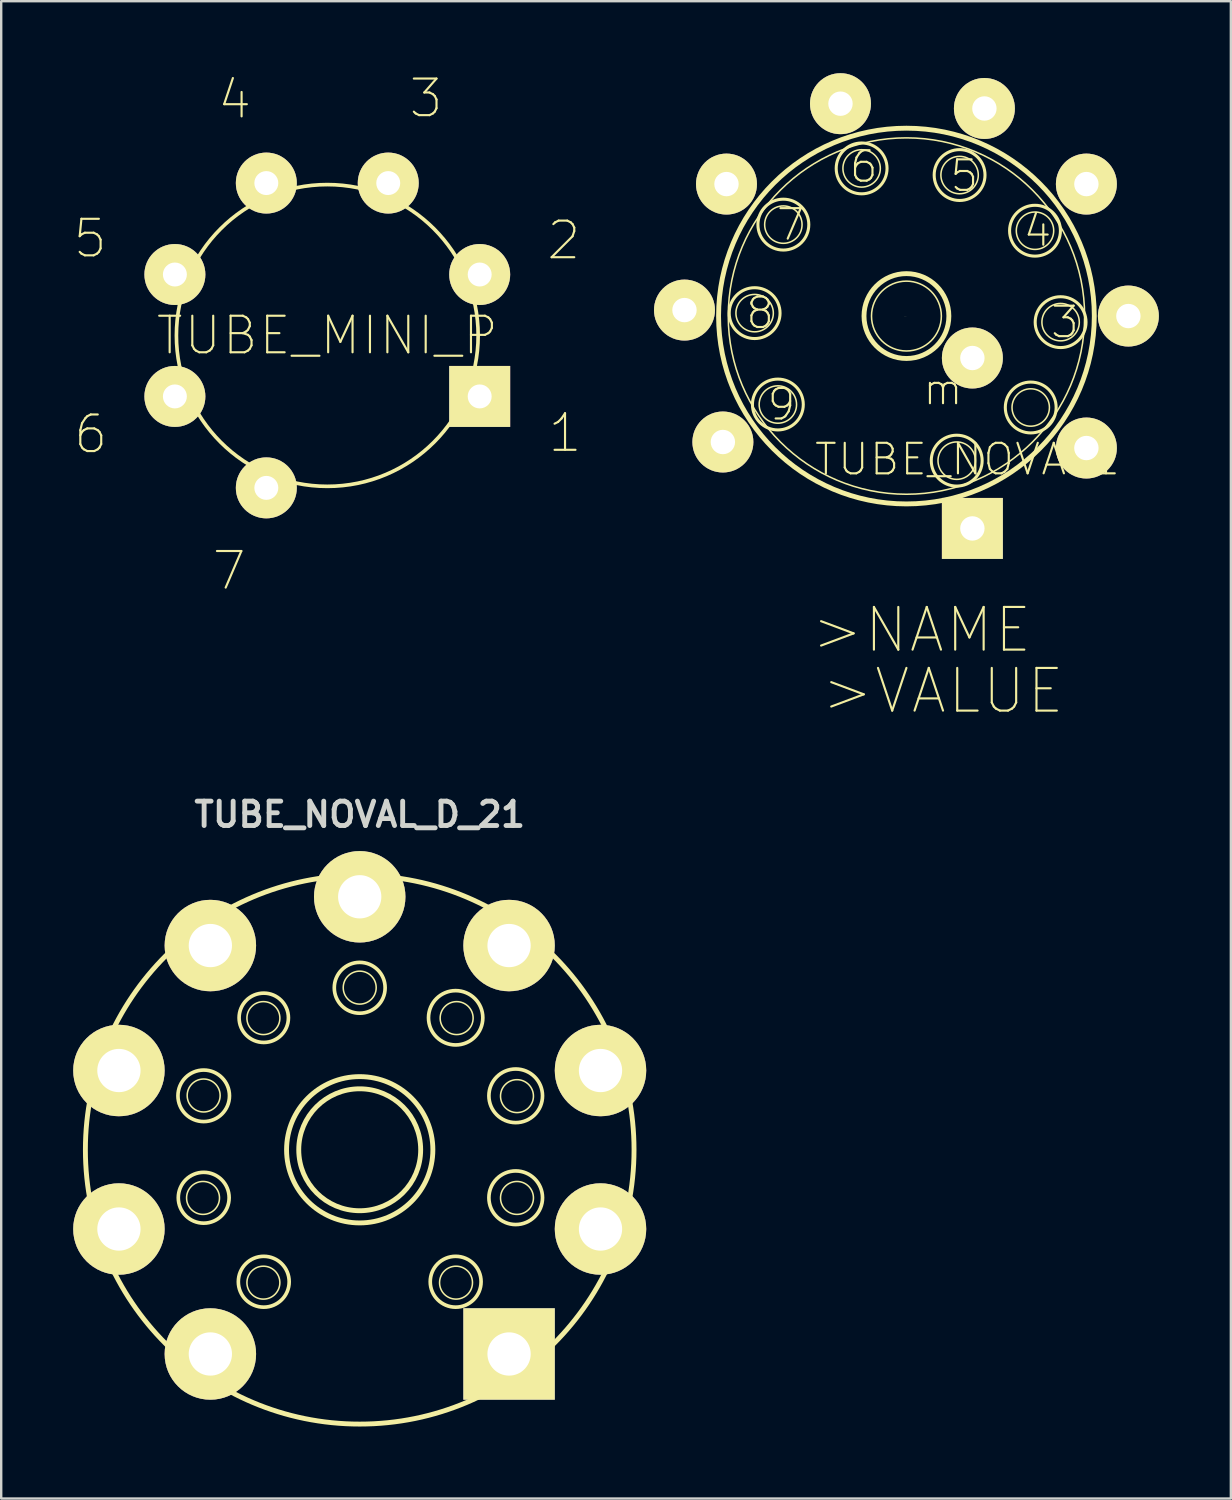
<source format=kicad_pcb>
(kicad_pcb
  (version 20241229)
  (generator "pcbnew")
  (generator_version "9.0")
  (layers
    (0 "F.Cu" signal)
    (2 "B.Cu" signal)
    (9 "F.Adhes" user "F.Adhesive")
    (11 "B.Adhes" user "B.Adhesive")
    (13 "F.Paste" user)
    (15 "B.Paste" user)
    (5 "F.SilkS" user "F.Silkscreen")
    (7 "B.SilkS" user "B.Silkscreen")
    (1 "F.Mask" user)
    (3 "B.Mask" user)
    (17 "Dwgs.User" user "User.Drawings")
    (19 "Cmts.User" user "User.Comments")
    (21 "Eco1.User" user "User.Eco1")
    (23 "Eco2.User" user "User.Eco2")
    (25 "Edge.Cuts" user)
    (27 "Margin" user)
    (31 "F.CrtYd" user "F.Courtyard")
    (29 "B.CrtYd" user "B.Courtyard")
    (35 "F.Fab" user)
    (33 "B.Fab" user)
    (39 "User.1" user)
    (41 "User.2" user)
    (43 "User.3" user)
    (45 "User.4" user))
  (footprint "TUBE_NOVAL1"
    (layer "F.Cu")
    (at 34.718 10.119)
    (property "Reference" "TUBE_NOVAL1" (at 2.54 5.969 0) (layer "F.SilkS") (effects (font (size 1.27 1.27) (thickness 0.089))))
    (attr exclude_from_pos_files exclude_from_bom)
    (fp_line (start 0 0) (end -0.099 0) (stroke (width 0.003) (type solid)) (layer "F.SilkS"))
    (fp_circle (center -6.325 -0.122) (end -7.074 -0.871) (stroke (width 0.127) (type solid)) (fill no) (layer "F.SilkS"))
    (fp_circle (center -6.325 -0.122) (end -6.876 -0.673) (stroke (width 0.064) (type solid)) (fill no) (layer "F.SilkS"))
    (fp_circle (center -5.357 3.686) (end -6.106 4.435) (stroke (width 0.127) (type solid)) (fill no) (layer "F.SilkS"))
    (fp_circle (center -5.357 3.686) (end -5.908 4.237) (stroke (width 0.064) (type solid)) (fill no) (layer "F.SilkS"))
    (fp_circle (center -5.128 -3.81) (end -5.878 -4.559) (stroke (width 0.127) (type solid)) (fill no) (layer "F.SilkS"))
    (fp_circle (center -5.128 -3.81) (end -5.679 -4.361) (stroke (width 0.064) (type solid)) (fill no) (layer "F.SilkS"))
    (fp_circle (center -1.867 -6.152) (end -2.616 -6.901) (stroke (width 0.127) (type solid)) (fill no) (layer "F.SilkS"))
    (fp_circle (center -1.867 -6.152) (end -2.418 -6.703) (stroke (width 0.064) (type solid)) (fill no) (layer "F.SilkS"))
    (fp_circle (center 0 0) (end -5.535 5.535) (stroke (width 0.203) (type solid)) (fill no) (layer "F.SilkS"))
    (fp_circle (center 0 0) (end -5.25 5.25) (stroke (width 0.064) (type solid)) (fill no) (layer "F.SilkS"))
    (fp_circle (center 0 0) (end -1.25 1.25) (stroke (width 0.203) (type solid)) (fill no) (layer "F.SilkS"))
    (fp_circle (center 0 0) (end -1.029 1.029) (stroke (width 0.064) (type solid)) (fill no) (layer "F.SilkS"))
    (fp_circle (center 2.095 6.025) (end 2.647 6.576) (stroke (width 0.064) (type solid)) (fill no) (layer "F.SilkS"))
    (fp_circle (center 2.095 6.025) (end 2.845 6.774) (stroke (width 0.127) (type solid)) (fill no) (layer "F.SilkS"))
    (fp_circle (center 2.215 -5.875) (end 2.766 -6.426) (stroke (width 0.064) (type solid)) (fill no) (layer "F.SilkS"))
    (fp_circle (center 2.215 -5.875) (end 2.964 -6.624) (stroke (width 0.127) (type solid)) (fill no) (layer "F.SilkS"))
    (fp_circle (center 5.179 3.81) (end 5.73 4.361) (stroke (width 0.064) (type solid)) (fill no) (layer "F.SilkS"))
    (fp_circle (center 5.179 3.81) (end 5.928 4.559) (stroke (width 0.127) (type solid)) (fill no) (layer "F.SilkS"))
    (fp_circle (center 5.357 -3.556) (end 5.908 -4.107) (stroke (width 0.064) (type solid)) (fill no) (layer "F.SilkS"))
    (fp_circle (center 5.357 -3.556) (end 6.106 -4.305) (stroke (width 0.127) (type solid)) (fill no) (layer "F.SilkS"))
    (fp_circle (center 6.424 0.254) (end 6.975 0.805) (stroke (width 0.064) (type solid)) (fill no) (layer "F.SilkS"))
    (fp_circle (center 6.424 0.254) (end 7.173 1.003) (stroke (width 0.127) (type solid)) (fill no) (layer "F.SilkS"))
    (fp_text user "3" (at 6.604 0.254 0) (layer "F.SilkS") (effects (font (size 1.27 1.27) (thickness 0.089))))
    (fp_text user "9" (at -5.207 3.683 0) (layer "F.SilkS") (effects (font (size 1.27 1.27) (thickness 0.089))))
    (fp_text user "5" (at 2.413 -5.842 0) (layer "F.SilkS") (effects (font (size 1.27 1.27) (thickness 0.089))))
    (fp_text user "m" (at 1.524 3.048 0) (layer "F.SilkS") (effects (font (size 1.27 1.27) (thickness 0.089))))
    (fp_text user "4" (at 5.461 -3.556 0) (layer "F.SilkS") (effects (font (size 1.27 1.27) (thickness 0.089))))
    (fp_text user "8" (at -6.096 -0.127 0) (layer "F.SilkS") (effects (font (size 1.27 1.27) (thickness 0.089))))
    (fp_text user ">NAME" (at 0.635 13.081 0) (layer "F.SilkS") (effects (font (size 1.778 1.778) (thickness 0.089))))
    (fp_text user "7" (at -4.826 -3.81 0) (layer "F.SilkS") (effects (font (size 1.27 1.27) (thickness 0.089))))
    (fp_text user "6" (at -1.778 -6.223 0) (layer "F.SilkS") (effects (font (size 1.27 1.27) (thickness 0.089))))
    (fp_text user ">VALUE" (at 1.524 15.621 0) (layer "F.SilkS") (effects (font (size 1.778 1.778) (thickness 0.089))))
    (pad "1" thru_hole rect (at 2.748 8.849) (size 2.54 2.54) (drill 1.016) (layers "*.Cu" "F.Mask" "F.SilkS" "F.Paste"))
    (pad "2" thru_hole circle (at 7.498 5.499) (size 2.54 2.54) (drill 1.016) (layers "*.Cu" "F.Mask" "F.SilkS" "F.Paste"))
    (pad "3" thru_hole circle (at 9.248 0) (size 2.54 2.54) (drill 1.016) (layers "*.Cu" "F.Mask" "F.SilkS" "F.Paste"))
    (pad "4" thru_hole circle (at 7.498 -5.499) (size 2.54 2.54) (drill 1.016) (layers "*.Cu" "F.Mask" "F.SilkS" "F.Paste"))
    (pad "5" thru_hole circle (at 3.249 -8.649) (size 2.54 2.54) (drill 1.016) (layers "*.Cu" "F.Mask" "F.SilkS" "F.Paste"))
    (pad "6" thru_hole circle (at -2.748 -8.849) (size 2.54 2.54) (drill 1.016) (layers "*.Cu" "F.Mask" "F.SilkS" "F.Paste"))
    (pad "7" thru_hole circle (at -7.498 -5.499) (size 2.54 2.54) (drill 1.016) (layers "*.Cu" "F.Mask" "F.SilkS" "F.Paste"))
    (pad "8" thru_hole circle (at -9.248 -0.249) (size 2.54 2.54) (drill 1.016) (layers "*.Cu" "F.Mask" "F.SilkS" "F.Paste"))
    (pad "9" thru_hole circle (at -7.648 5.248) (size 2.54 2.54) (drill 1.016) (layers "*.Cu" "F.Mask" "F.SilkS" "F.Paste"))
    (pad "M" thru_hole circle (at 2.748 1.748) (size 2.54 2.54) (drill 1.016) (layers "*.Cu" "F.Mask" "F.SilkS" "F.Paste")))
  (footprint "TUBE_NOVAL_D_21"
    (layer "F.Cu")
    (at 11.938 44.857)
    (property "Reference" "TUBE_NOVAL_D_21" (at 0 -13.97 0) (layer "Edge.Cuts") (effects (font (size 1.016 1.016) (thickness 0.203))))
    (attr exclude_from_pos_files exclude_from_bom)
    (fp_circle (center -6.528 2.007) (end -7.013 2.492) (stroke (width 0.064) (type solid)) (fill no) (layer "F.SilkS"))
    (fp_circle (center -6.502 -2.261) (end -6.988 -2.746) (stroke (width 0.064) (type solid)) (fill no) (layer "F.SilkS"))
    (fp_circle (center -6.5 -2.248) (end -7.259 -3.007) (stroke (width 0.152) (type solid)) (fill no) (layer "F.SilkS"))
    (fp_circle (center -6.5 1.999) (end -7.249 2.748) (stroke (width 0.152) (type solid)) (fill no) (layer "F.SilkS"))
    (fp_circle (center -4.013 -5.486) (end -4.498 -5.972) (stroke (width 0.064) (type solid)) (fill no) (layer "F.SilkS"))
    (fp_circle (center -4.013 5.537) (end -4.498 6.022) (stroke (width 0.064) (type solid)) (fill no) (layer "F.SilkS"))
    (fp_circle (center -3.998 -5.499) (end -4.724 -6.226) (stroke (width 0.152) (type solid)) (fill no) (layer "F.SilkS"))
    (fp_circle (center -3.998 5.499) (end -4.747 6.248) (stroke (width 0.152) (type solid)) (fill no) (layer "F.SilkS"))
    (fp_circle (center 0 -6.756) (end -0.485 -7.242) (stroke (width 0.064) (type solid)) (fill no) (layer "F.SilkS"))
    (fp_circle (center 0 -6.749) (end -0.749 -7.498) (stroke (width 0.152) (type solid)) (fill no) (layer "F.SilkS"))
    (fp_circle (center 0 0) (end -11.43 0) (stroke (width 0.203) (type solid)) (fill no) (layer "F.SilkS"))
    (fp_circle (center 0 0) (end 2.54 0) (stroke (width 0.203) (type solid)) (fill no) (layer "F.SilkS"))
    (fp_circle (center 0 0) (end 3.048 0) (stroke (width 0.203) (type solid)) (fill no) (layer "F.SilkS"))
    (fp_circle (center 3.998 -5.499) (end 4.798 -6.299) (stroke (width 0.152) (type solid)) (fill no) (layer "F.SilkS"))
    (fp_circle (center 3.998 5.499) (end 4.747 6.248) (stroke (width 0.152) (type solid)) (fill no) (layer "F.SilkS"))
    (fp_circle (center 4.013 5.537) (end 4.498 6.022) (stroke (width 0.064) (type solid)) (fill no) (layer "F.SilkS"))
    (fp_circle (center 4.039 -5.486) (end 4.524 -5.972) (stroke (width 0.064) (type solid)) (fill no) (layer "F.SilkS"))
    (fp_circle (center 6.5 -2.248) (end 7.29 -3.038) (stroke (width 0.152) (type solid)) (fill no) (layer "F.SilkS"))
    (fp_circle (center 6.5 1.999) (end 7.29 2.789) (stroke (width 0.152) (type solid)) (fill no) (layer "F.SilkS"))
    (fp_circle (center 6.553 -2.235) (end 7.038 -2.72) (stroke (width 0.064) (type solid)) (fill no) (layer "F.SilkS"))
    (fp_circle (center 6.553 2.007) (end 7.038 2.492) (stroke (width 0.064) (type solid)) (fill no) (layer "F.SilkS"))
    (fp_text user "7" (at -3.912 -1.346 0) (layer "Edge.Cuts") (effects (font (size 1.016 1.016) (thickness 0.203))))
    (fp_text user "5" (at 0.203 -4.216 0) (layer "Edge.Cuts") (effects (font (size 1.016 1.016) (thickness 0.203))))
    (fp_text user "9" (at -2.159 3.579 0) (layer "Edge.Cuts") (effects (font (size 1.016 1.016) (thickness 0.203))))
    (fp_text user "3" (at 4.242 -1.372 0) (layer "Edge.Cuts") (effects (font (size 1.016 1.016) (thickness 0.203))))
    (fp_text user "6" (at -2.337 -3.505 0) (layer "Edge.Cuts") (effects (font (size 1.016 1.016) (thickness 0.203))))
    (fp_text user "4" (at 2.464 -3.556 0) (layer "Edge.Cuts") (effects (font (size 1.016 1.016) (thickness 0.203))))
    (fp_text user "1" (at 2.565 3.604 0) (layer "Edge.Cuts") (effects (font (size 1.016 1.016) (thickness 0.203))))
    (fp_text user "8" (at -3.962 1.118 0) (layer "Edge.Cuts") (effects (font (size 1.016 1.016) (thickness 0.203))))
    (fp_text user "2" (at 4.064 1.143 0) (layer "Edge.Cuts") (effects (font (size 1.016 1.016) (thickness 0.203))))
    (pad "1" thru_hole rect (at 6.223 8.509) (size 3.81 3.81) (drill 1.803) (layers "*.Cu" "F.Mask" "F.SilkS" "F.Paste"))
    (pad "2" thru_hole circle (at 10.033 3.302) (size 3.81 3.81) (drill 1.803) (layers "*.Cu" "F.Mask" "F.SilkS" "F.Paste"))
    (pad "3" thru_hole circle (at 10.033 -3.302) (size 3.81 3.81) (drill 1.803) (layers "*.Cu" "F.Mask" "F.SilkS" "F.Paste"))
    (pad "4" thru_hole circle (at 6.223 -8.509) (size 3.81 3.81) (drill 1.803) (layers "*.Cu" "F.Mask" "F.SilkS" "F.Paste"))
    (pad "5" thru_hole circle (at 0 -10.541) (size 3.81 3.81) (drill 1.803) (layers "*.Cu" "F.Mask" "F.SilkS" "F.Paste"))
    (pad "6" thru_hole circle (at -6.223 -8.509) (size 3.81 3.81) (drill 1.803) (layers "*.Cu" "F.Mask" "F.SilkS" "F.Paste"))
    (pad "7" thru_hole circle (at -10.033 -3.302) (size 3.81 3.81) (drill 1.803) (layers "*.Cu" "F.Mask" "F.SilkS" "F.Paste"))
    (pad "8" thru_hole circle (at -10.033 3.302) (size 3.81 3.81) (drill 1.803) (layers "*.Cu" "F.Mask" "F.SilkS" "F.Paste"))
    (pad "9" thru_hole circle (at -6.223 8.509) (size 3.81 3.81) (drill 1.803) (layers "*.Cu" "F.Mask" "F.SilkS" "F.Paste")))
  (footprint "TUBE_MINI_P"
    (layer "F.Cu")
    (at 10.587 10.928)
    (property "Reference" "TUBE_MINI_P" (at 0 0 0) (layer "F.SilkS") (effects (font (size 1.524 1.524) (thickness 0.089))))
    (attr exclude_from_pos_files exclude_from_bom)
    (fp_circle (center 0 0) (end -4.445 4.445) (stroke (width 0.152) (type solid)) (fill no) (layer "F.SilkS"))
    (fp_text user "2" (at 9.855 -3.962 0) (layer "F.SilkS") (effects (font (size 1.524 1.524) (thickness 0.089))))
    (fp_text user "4" (at -3.861 -9.83 0) (layer "F.SilkS") (effects (font (size 1.524 1.524) (thickness 0.089))))
    (fp_text user "6" (at -9.855 4.115 0) (layer "F.SilkS") (effects (font (size 1.524 1.524) (thickness 0.089))))
    (fp_text user "3" (at 4.115 -9.881 0) (layer "F.SilkS") (effects (font (size 1.524 1.524) (thickness 0.089))))
    (fp_text user "5" (at -9.881 -4.039 0) (layer "F.SilkS") (effects (font (size 1.524 1.524) (thickness 0.089))))
    (fp_text user "1" (at 9.906 4.064 0) (layer "F.SilkS") (effects (font (size 1.524 1.524) (thickness 0.089))))
    (fp_text user "7" (at -4.089 9.804 0) (layer "F.SilkS") (effects (font (size 1.524 1.524) (thickness 0.089))))
    (pad "1" thru_hole rect (at 6.35 2.54) (size 2.54 2.54) (drill 0.998) (layers "*.Cu" "F.Mask" "F.SilkS" "F.Paste"))
    (pad "2" thru_hole circle (at 6.35 -2.54) (size 2.54 2.54) (drill 0.998) (layers "*.Cu" "F.Mask" "F.SilkS" "F.Paste"))
    (pad "3" thru_hole circle (at 2.54 -6.35) (size 2.54 2.54) (drill 0.998) (layers "*.Cu" "F.Mask" "F.SilkS" "F.Paste"))
    (pad "4" thru_hole circle (at -2.54 -6.35) (size 2.54 2.54) (drill 0.998) (layers "*.Cu" "F.Mask" "F.SilkS" "F.Paste"))
    (pad "5" thru_hole circle (at -6.35 -2.54) (size 2.54 2.54) (drill 0.998) (layers "*.Cu" "F.Mask" "F.SilkS" "F.Paste"))
    (pad "6" thru_hole circle (at -6.35 2.54) (size 2.54 2.54) (drill 0.998) (layers "*.Cu" "F.Mask" "F.SilkS" "F.Paste"))
    (pad "7" thru_hole circle (at -2.54 6.35) (size 2.54 2.54) (drill 0.998) (layers "*.Cu" "F.Mask" "F.SilkS" "F.Paste")))
  (gr_rect
    (start -3 -3)
    (end 48.236 59.389)
    (stroke (width 0.1) (type default))
    (fill no)
    (layer "Edge.Cuts")))
</source>
